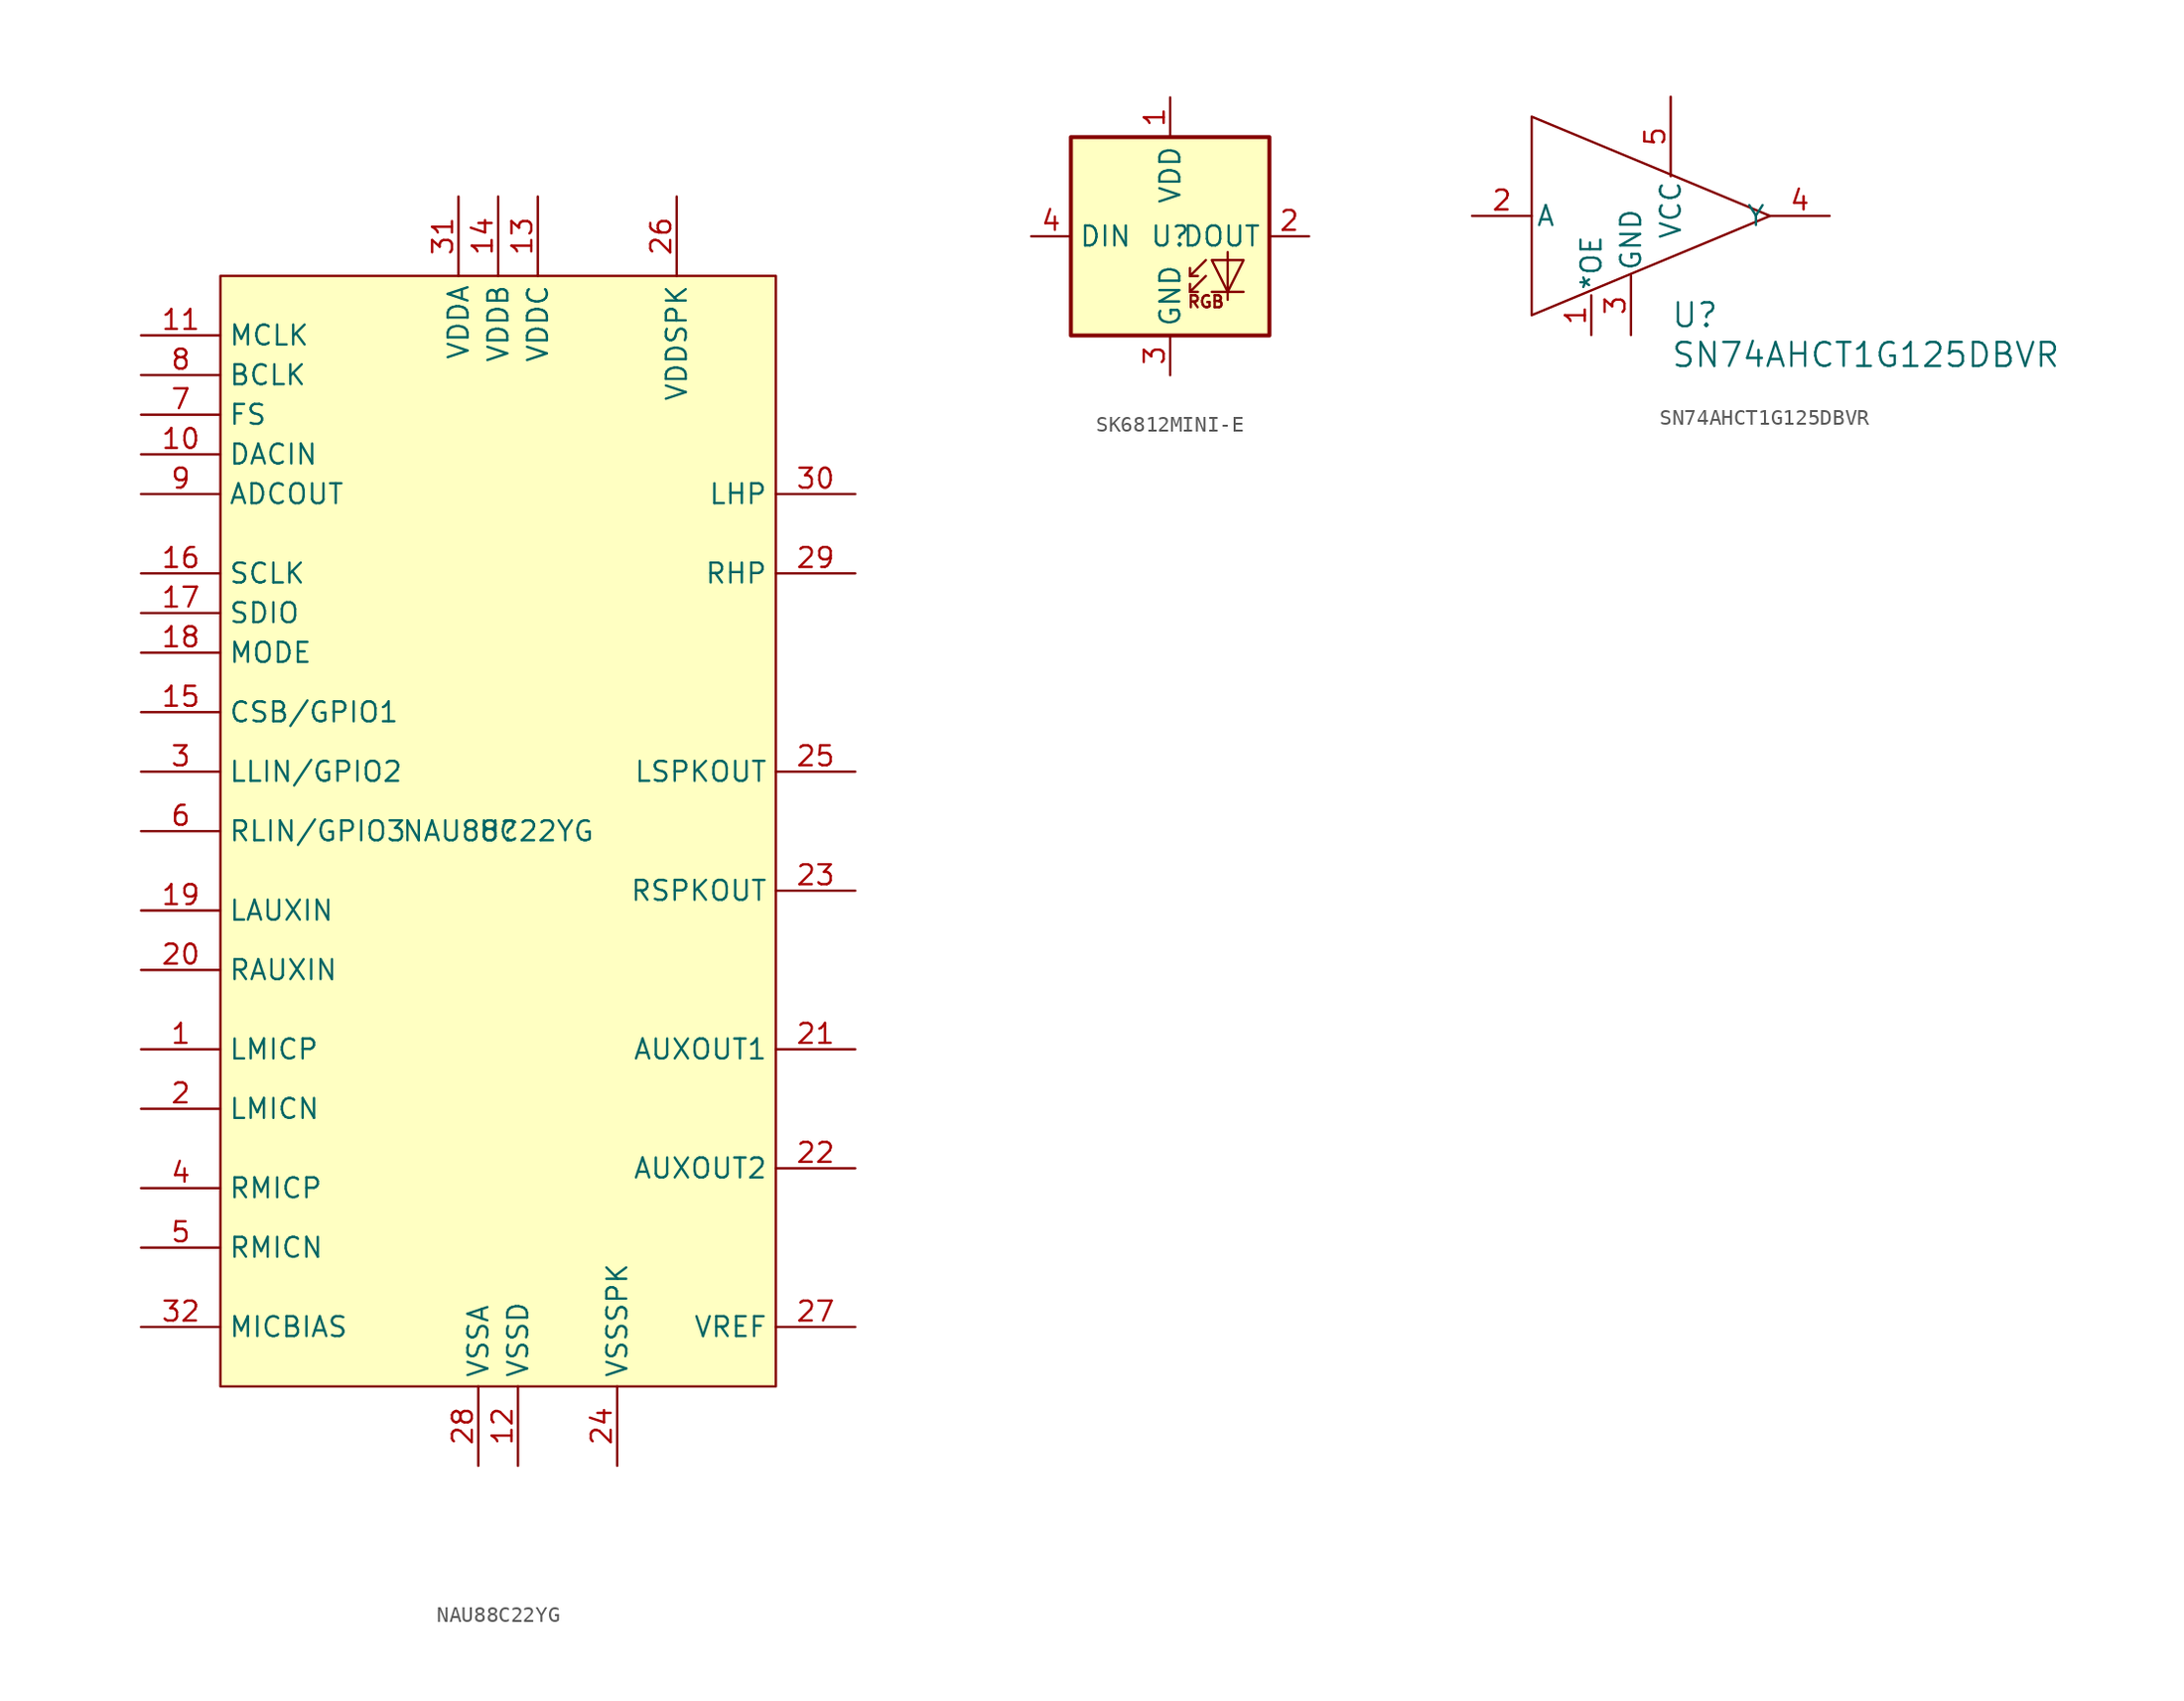
<source format=kicad_sym>
(kicad_symbol_lib
  (version 20241209)
  (generator "kicad_symbol_editor")
  (generator_version "9.0")
  (symbol "NAU88C22YG"
    (property "Reference" "U"
      (at 0 0 0)
      (effects (font (size 1.27 1.27))))
    (property "Value" "NAU88C22YG"
      (at 0 0 0)
      (effects (font (size 1.27 1.27))))
    (symbol "NAU88C22YG_1_1"
      (rectangle (start -17.78 35.56) (end 17.78 -35.56) (stroke (width 0) (type solid)) (fill (type background)))
      (pin input line (at -22.86 31.75 0) (length 5.08) (name "MCLK" (effects (font (size 1.27 1.27)))) (number "11" (effects (font (size 1.27 1.27)))))
      (pin input line (at -22.86 29.21 0) (length 5.08) (name "BCLK" (effects (font (size 1.27 1.27)))) (number "8" (effects (font (size 1.27 1.27)))))
      (pin input line (at -22.86 26.67 0) (length 5.08) (name "FS" (effects (font (size 1.27 1.27)))) (number "7" (effects (font (size 1.27 1.27)))))
      (pin input line (at -22.86 24.13 0) (length 5.08) (name "DACIN" (effects (font (size 1.27 1.27)))) (number "10" (effects (font (size 1.27 1.27)))))
      (pin output line (at -22.86 21.59 0) (length 5.08) (name "ADCOUT" (effects (font (size 1.27 1.27)))) (number "9" (effects (font (size 1.27 1.27)))))
      (pin input line (at -22.86 16.51 0) (length 5.08) (name "SCLK" (effects (font (size 1.27 1.27)))) (number "16" (effects (font (size 1.27 1.27)))))
      (pin input line (at -22.86 13.97 0) (length 5.08) (name "SDIO" (effects (font (size 1.27 1.27)))) (number "17" (effects (font (size 1.27 1.27)))))
      (pin input line (at -22.86 11.43 0) (length 5.08) (name "MODE" (effects (font (size 1.27 1.27)))) (number "18" (effects (font (size 1.27 1.27)))))
      (pin input line (at -22.86 7.62 0) (length 5.08) (name "CSB/GPIO1" (effects (font (size 1.27 1.27)))) (number "15" (effects (font (size 1.27 1.27)))))
      (pin input line (at -22.86 3.81 0) (length 5.08) (name "LLIN/GPIO2" (effects (font (size 1.27 1.27)))) (number "3" (effects (font (size 1.27 1.27)))))
      (pin input line (at -22.86 0 0) (length 5.08) (name "RLIN/GPIO3" (effects (font (size 1.27 1.27)))) (number "6" (effects (font (size 1.27 1.27)))))
      (pin input line (at -22.86 -5.08 0) (length 5.08) (name "LAUXIN" (effects (font (size 1.27 1.27)))) (number "19" (effects (font (size 1.27 1.27)))))
      (pin input line (at -22.86 -8.89 0) (length 5.08) (name "RAUXIN" (effects (font (size 1.27 1.27)))) (number "20" (effects (font (size 1.27 1.27)))))
      (pin input line (at -22.86 -13.97 0) (length 5.08) (name "LMICP" (effects (font (size 1.27 1.27)))) (number "1" (effects (font (size 1.27 1.27)))))
      (pin input line (at -22.86 -17.78 0) (length 5.08) (name "LMICN" (effects (font (size 1.27 1.27)))) (number "2" (effects (font (size 1.27 1.27)))))
      (pin input line (at -22.86 -22.86 0) (length 5.08) (name "RMICP" (effects (font (size 1.27 1.27)))) (number "4" (effects (font (size 1.27 1.27)))))
      (pin input line (at -22.86 -26.67 0) (length 5.08) (name "RMICN" (effects (font (size 1.27 1.27)))) (number "5" (effects (font (size 1.27 1.27)))))
      (pin power_out line (at -22.86 -31.75 0) (length 5.08) (name "MICBIAS" (effects (font (size 1.27 1.27)))) (number "32" (effects (font (size 1.27 1.27)))))
      (pin power_in line (at -2.54 40.64 270) (length 5.08) (name "VDDA" (effects (font (size 1.27 1.27)))) (number "31" (effects (font (size 1.27 1.27)))))
      (pin power_in line (at -1.27 -40.64 90) (length 5.08) (name "VSSA" (effects (font (size 1.27 1.27)))) (number "28" (effects (font (size 1.27 1.27)))))
      (pin power_in line (at 0 40.64 270) (length 5.08) (name "VDDB" (effects (font (size 1.27 1.27)))) (number "14" (effects (font (size 1.27 1.27)))))
      (pin power_in line (at 1.27 -40.64 90) (length 5.08) (name "VSSD" (effects (font (size 1.27 1.27)))) (number "12" (effects (font (size 1.27 1.27)))))
      (pin power_in line (at 2.54 40.64 270) (length 5.08) (name "VDDC" (effects (font (size 1.27 1.27)))) (number "13" (effects (font (size 1.27 1.27)))))
      (pin power_in line (at 7.62 -40.64 90) (length 5.08) (name "VSSSPK" (effects (font (size 1.27 1.27)))) (number "24" (effects (font (size 1.27 1.27)))))
      (pin power_in line (at 11.43 40.64 270) (length 5.08) (name "VDDSPK" (effects (font (size 1.27 1.27)))) (number "26" (effects (font (size 1.27 1.27)))))
      (pin output line (at 22.86 21.59 180) (length 5.08) (name "LHP" (effects (font (size 1.27 1.27)))) (number "30" (effects (font (size 1.27 1.27)))))
      (pin output line (at 22.86 16.51 180) (length 5.08) (name "RHP" (effects (font (size 1.27 1.27)))) (number "29" (effects (font (size 1.27 1.27)))))
      (pin output line (at 22.86 3.81 180) (length 5.08) (name "LSPKOUT" (effects (font (size 1.27 1.27)))) (number "25" (effects (font (size 1.27 1.27)))))
      (pin output line (at 22.86 -3.81 180) (length 5.08) (name "RSPKOUT" (effects (font (size 1.27 1.27)))) (number "23" (effects (font (size 1.27 1.27)))))
      (pin output line (at 22.86 -13.97 180) (length 5.08) (name "AUXOUT1" (effects (font (size 1.27 1.27)))) (number "21" (effects (font (size 1.27 1.27)))))
      (pin output line (at 22.86 -21.59 180) (length 5.08) (name "AUXOUT2" (effects (font (size 1.27 1.27)))) (number "22" (effects (font (size 1.27 1.27)))))
      (pin input line (at 22.86 -31.75 180) (length 5.08) (name "VREF" (effects (font (size 1.27 1.27)))) (number "27" (effects (font (size 1.27 1.27)))))))
  (symbol "SK6812MINI-E"
    (property "Reference" "U"
      (at 0 0 0)
      (effects (font (size 1.27 1.27))))
    (property "Value" ""
      (at 0 0 0)
      (effects (font (size 1.27 1.27))))
    (symbol "SK6812MINI-E_0_0"
      (text "RGB" (at 2.286 -4.191 0) (effects (font (size 0.762 0.762)))))
    (symbol "SK6812MINI-E_0_1"
      (rectangle (start -6.35 6.35) (end 6.35 -6.35) (stroke (width 0.254) (type default)) (fill (type background)))
      (polyline (pts (xy 1.27 -2.54) (xy 1.778 -2.54)) (stroke (width 0) (type default)) (fill (type none)))
      (polyline (pts (xy 1.27 -3.556) (xy 1.778 -3.556)) (stroke (width 0) (type default)) (fill (type none)))
      (polyline (pts (xy 2.286 -1.524) (xy 1.27 -2.54) (xy 1.27 -2.032)) (stroke (width 0) (type default)) (fill (type none)))
      (polyline (pts (xy 2.286 -2.54) (xy 1.27 -3.556) (xy 1.27 -3.048)) (stroke (width 0) (type default)) (fill (type none)))
      (polyline (pts (xy 3.683 -1.016) (xy 3.683 -3.556) (xy 3.683 -4.064)) (stroke (width 0) (type default)) (fill (type none)))
      (polyline (pts (xy 4.699 -1.524) (xy 2.667 -1.524) (xy 3.683 -3.556) (xy 4.699 -1.524)) (stroke (width 0) (type default)) (fill (type none)))
      (polyline (pts (xy 4.699 -3.556) (xy 2.667 -3.556)) (stroke (width 0) (type default)) (fill (type none))))
    (symbol "SK6812MINI-E_1_1"
      (pin input line (at -8.89 0 0) (length 2.54) (name "DIN" (effects (font (size 1.27 1.27)))) (number "4" (effects (font (size 1.27 1.27)))))
      (pin power_in line (at 0 8.89 270) (length 2.54) (name "VDD" (effects (font (size 1.27 1.27)))) (number "1" (effects (font (size 1.27 1.27)))))
      (pin power_in line (at 0 -8.89 90) (length 2.54) (name "GND" (effects (font (size 1.27 1.27)))) (number "3" (effects (font (size 1.27 1.27)))))
      (pin output line (at 8.89 0 180) (length 2.54) (name "DOUT" (effects (font (size 1.27 1.27)))) (number "2" (effects (font (size 1.27 1.27)))))))
  (symbol "SN74AHCT1G125DBVR"
    (pin_names
      (offset 0.254))
    (property "Reference" "U"
      (at 2.54 -6.35 0)
      (effects (font (size 1.524 1.524)) (justify left)))
    (property "Value" "SN74AHCT1G125DBVR"
      (at 2.54 -8.89 0)
      (effects (font (size 1.524 1.524)) (justify left)))
    (symbol "SN74AHCT1G125DBVR_1_1"
      (polyline (pts (xy -6.35 6.35) (xy -6.35 -6.35) (xy 8.89 0) (xy -6.35 6.35)) (stroke (width 0) (type default)) (fill (type none)))
      (pin input line (at -10.16 0 0) (length 3.81) (name "A" (effects (font (size 1.27 1.27)))) (number "2" (effects (font (size 1.27 1.27)))))
      (pin input line (at -2.54 -7.62 90) (length 2.54) (name "*OE" (effects (font (size 1.27 1.27)))) (number "1" (effects (font (size 1.27 1.27)))))
      (pin power_in line (at 0 -7.62 90) (length 3.81) (name "GND" (effects (font (size 1.27 1.27)))) (number "3" (effects (font (size 1.27 1.27)))))
      (pin power_in line (at 2.54 7.62 270) (length 5.08) (name "VCC" (effects (font (size 1.27 1.27)))) (number "5" (effects (font (size 1.27 1.27)))))
      (pin output line (at 12.7 0 180) (length 3.81) (name "Y" (effects (font (size 1.27 1.27)))) (number "4" (effects (font (size 1.27 1.27))))))))
</source>
